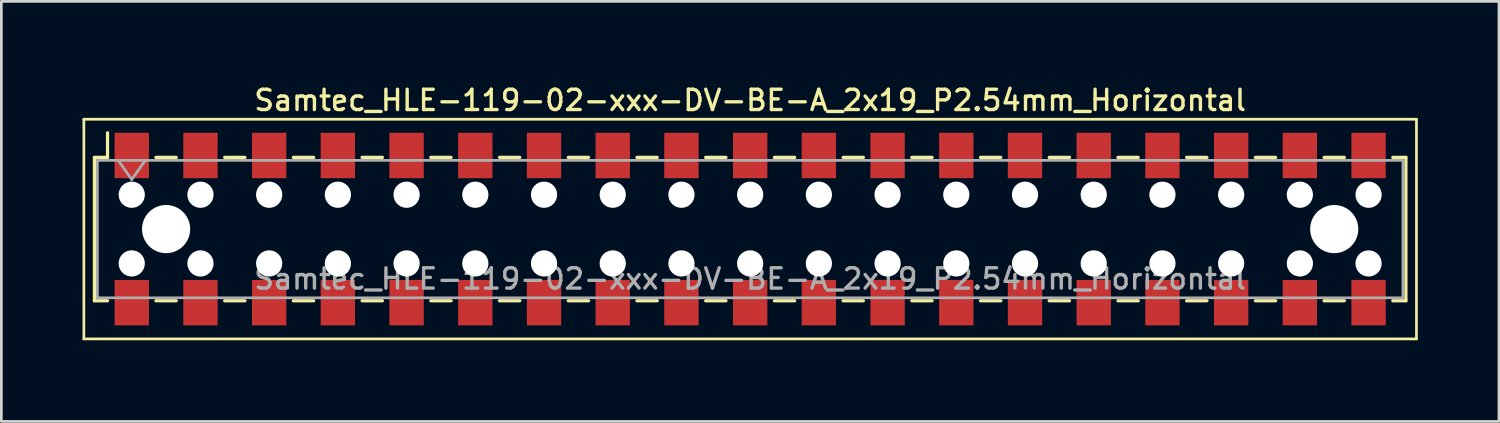
<source format=kicad_pcb>
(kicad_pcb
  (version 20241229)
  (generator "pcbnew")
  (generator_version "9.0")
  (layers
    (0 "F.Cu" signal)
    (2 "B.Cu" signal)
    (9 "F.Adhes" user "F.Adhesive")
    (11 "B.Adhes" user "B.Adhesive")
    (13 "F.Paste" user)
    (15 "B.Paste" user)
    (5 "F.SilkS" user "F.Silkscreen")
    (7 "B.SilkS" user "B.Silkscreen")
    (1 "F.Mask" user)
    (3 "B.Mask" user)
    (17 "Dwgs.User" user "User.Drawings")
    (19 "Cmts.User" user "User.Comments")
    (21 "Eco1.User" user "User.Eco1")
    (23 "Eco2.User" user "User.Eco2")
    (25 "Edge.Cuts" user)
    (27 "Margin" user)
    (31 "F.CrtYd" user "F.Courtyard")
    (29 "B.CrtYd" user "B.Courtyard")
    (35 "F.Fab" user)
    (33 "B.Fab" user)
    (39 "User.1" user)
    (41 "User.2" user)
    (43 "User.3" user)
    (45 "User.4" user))
  (footprint "Samtec_HLE-119-02-xxx-DV-BE-A_2x19_P2.54mm_Horizontal"
    (layer "F.Cu")
    (at 24.68 5.418)
    (property "Reference" "Samtec_HLE-119-02-xxx-DV-BE-A_2x19_P2.54mm_Horizontal" (at 0 -4.76 0) (layer "F.SilkS") (effects (font (size 0.75 0.75) (thickness 0.125))))
    (attr smd)
    (fp_line (start -24.63 -4.06) (end 24.63 -4.06) (stroke (width 0.1) (type solid)) (layer "F.SilkS"))
    (fp_line (start -24.63 4.06) (end -24.63 -4.06) (stroke (width 0.1) (type solid)) (layer "F.SilkS"))
    (fp_line (start -24.24 -2.65) (end -24.24 2.65) (stroke (width 0.12) (type solid)) (layer "F.SilkS"))
    (fp_line (start -24.24 2.65) (end -23.755 2.65) (stroke (width 0.12) (type solid)) (layer "F.SilkS"))
    (fp_line (start -23.755 -3.56) (end -23.755 -2.65) (stroke (width 0.12) (type solid)) (layer "F.SilkS"))
    (fp_line (start -23.755 -2.65) (end -24.24 -2.65) (stroke (width 0.12) (type solid)) (layer "F.SilkS"))
    (fp_line (start -21.965 -2.65) (end -21.215 -2.65) (stroke (width 0.12) (type solid)) (layer "F.SilkS"))
    (fp_line (start -21.965 2.65) (end -21.215 2.65) (stroke (width 0.12) (type solid)) (layer "F.SilkS"))
    (fp_line (start -19.425 -2.65) (end -18.675 -2.65) (stroke (width 0.12) (type solid)) (layer "F.SilkS"))
    (fp_line (start -19.425 2.65) (end -18.675 2.65) (stroke (width 0.12) (type solid)) (layer "F.SilkS"))
    (fp_line (start -16.885 -2.65) (end -16.135 -2.65) (stroke (width 0.12) (type solid)) (layer "F.SilkS"))
    (fp_line (start -16.885 2.65) (end -16.135 2.65) (stroke (width 0.12) (type solid)) (layer "F.SilkS"))
    (fp_line (start -14.345 -2.65) (end -13.595 -2.65) (stroke (width 0.12) (type solid)) (layer "F.SilkS"))
    (fp_line (start -14.345 2.65) (end -13.595 2.65) (stroke (width 0.12) (type solid)) (layer "F.SilkS"))
    (fp_line (start -11.805 -2.65) (end -11.055 -2.65) (stroke (width 0.12) (type solid)) (layer "F.SilkS"))
    (fp_line (start -11.805 2.65) (end -11.055 2.65) (stroke (width 0.12) (type solid)) (layer "F.SilkS"))
    (fp_line (start -9.265 -2.65) (end -8.515 -2.65) (stroke (width 0.12) (type solid)) (layer "F.SilkS"))
    (fp_line (start -9.265 2.65) (end -8.515 2.65) (stroke (width 0.12) (type solid)) (layer "F.SilkS"))
    (fp_line (start -6.725 -2.65) (end -5.975 -2.65) (stroke (width 0.12) (type solid)) (layer "F.SilkS"))
    (fp_line (start -6.725 2.65) (end -5.975 2.65) (stroke (width 0.12) (type solid)) (layer "F.SilkS"))
    (fp_line (start -4.185 -2.65) (end -3.435 -2.65) (stroke (width 0.12) (type solid)) (layer "F.SilkS"))
    (fp_line (start -4.185 2.65) (end -3.435 2.65) (stroke (width 0.12) (type solid)) (layer "F.SilkS"))
    (fp_line (start -1.645 -2.65) (end -0.895 -2.65) (stroke (width 0.12) (type solid)) (layer "F.SilkS"))
    (fp_line (start -1.645 2.65) (end -0.895 2.65) (stroke (width 0.12) (type solid)) (layer "F.SilkS"))
    (fp_line (start 0.895 -2.65) (end 1.645 -2.65) (stroke (width 0.12) (type solid)) (layer "F.SilkS"))
    (fp_line (start 0.895 2.65) (end 1.645 2.65) (stroke (width 0.12) (type solid)) (layer "F.SilkS"))
    (fp_line (start 3.435 -2.65) (end 4.185 -2.65) (stroke (width 0.12) (type solid)) (layer "F.SilkS"))
    (fp_line (start 3.435 2.65) (end 4.185 2.65) (stroke (width 0.12) (type solid)) (layer "F.SilkS"))
    (fp_line (start 5.975 -2.65) (end 6.725 -2.65) (stroke (width 0.12) (type solid)) (layer "F.SilkS"))
    (fp_line (start 5.975 2.65) (end 6.725 2.65) (stroke (width 0.12) (type solid)) (layer "F.SilkS"))
    (fp_line (start 8.515 -2.65) (end 9.265 -2.65) (stroke (width 0.12) (type solid)) (layer "F.SilkS"))
    (fp_line (start 8.515 2.65) (end 9.265 2.65) (stroke (width 0.12) (type solid)) (layer "F.SilkS"))
    (fp_line (start 11.055 -2.65) (end 11.805 -2.65) (stroke (width 0.12) (type solid)) (layer "F.SilkS"))
    (fp_line (start 11.055 2.65) (end 11.805 2.65) (stroke (width 0.12) (type solid)) (layer "F.SilkS"))
    (fp_line (start 13.595 -2.65) (end 14.345 -2.65) (stroke (width 0.12) (type solid)) (layer "F.SilkS"))
    (fp_line (start 13.595 2.65) (end 14.345 2.65) (stroke (width 0.12) (type solid)) (layer "F.SilkS"))
    (fp_line (start 16.135 -2.65) (end 16.885 -2.65) (stroke (width 0.12) (type solid)) (layer "F.SilkS"))
    (fp_line (start 16.135 2.65) (end 16.885 2.65) (stroke (width 0.12) (type solid)) (layer "F.SilkS"))
    (fp_line (start 18.675 -2.65) (end 19.425 -2.65) (stroke (width 0.12) (type solid)) (layer "F.SilkS"))
    (fp_line (start 18.675 2.65) (end 19.425 2.65) (stroke (width 0.12) (type solid)) (layer "F.SilkS"))
    (fp_line (start 21.215 -2.65) (end 21.965 -2.65) (stroke (width 0.12) (type solid)) (layer "F.SilkS"))
    (fp_line (start 21.215 2.65) (end 21.965 2.65) (stroke (width 0.12) (type solid)) (layer "F.SilkS"))
    (fp_line (start 23.755 -2.65) (end 24.24 -2.65) (stroke (width 0.12) (type solid)) (layer "F.SilkS"))
    (fp_line (start 24.24 -2.65) (end 24.24 2.65) (stroke (width 0.12) (type solid)) (layer "F.SilkS"))
    (fp_line (start 24.24 2.65) (end 23.755 2.65) (stroke (width 0.12) (type solid)) (layer "F.SilkS"))
    (fp_line (start 24.63 -4.06) (end 24.63 4.06) (stroke (width 0.1) (type solid)) (layer "F.SilkS"))
    (fp_line (start 24.63 4.06) (end -24.63 4.06) (stroke (width 0.1) (type solid)) (layer "F.SilkS"))
    (fp_line (start -24.13 -2.54) (end 24.13 -2.54) (stroke (width 0.1) (type solid)) (layer "F.Fab"))
    (fp_line (start -24.13 2.54) (end -24.13 -2.54) (stroke (width 0.1) (type solid)) (layer "F.Fab"))
    (fp_line (start -23.36 -2.54) (end -22.86 -1.833) (stroke (width 0.1) (type solid)) (layer "F.Fab"))
    (fp_line (start -22.86 -1.833) (end -22.36 -2.54) (stroke (width 0.1) (type solid)) (layer "F.Fab"))
    (fp_line (start 24.13 -2.54) (end 24.13 2.54) (stroke (width 0.1) (type solid)) (layer "F.Fab"))
    (fp_line (start 24.13 2.54) (end -24.13 2.54) (stroke (width 0.1) (type solid)) (layer "F.Fab"))
    (fp_text user "${REFERENCE}" (at 0 1.84 0) (layer "F.Fab") (effects (font (size 0.75 0.75) (thickness 0.125))))
    (pad "" np_thru_hole circle (at -22.86 -1.27) (size 0.97 0.97) (drill 0.97) (layers "*.Cu" "*.Mask"))
    (pad "" np_thru_hole circle (at -22.86 1.27) (size 0.97 0.97) (drill 0.97) (layers "*.Cu" "*.Mask"))
    (pad "" np_thru_hole circle (at -21.59 0) (size 1.78 1.78) (drill 1.78) (layers "*.Cu" "*.Mask"))
    (pad "" np_thru_hole circle (at -20.32 -1.27) (size 0.97 0.97) (drill 0.97) (layers "*.Cu" "*.Mask"))
    (pad "" np_thru_hole circle (at -20.32 1.27) (size 0.97 0.97) (drill 0.97) (layers "*.Cu" "*.Mask"))
    (pad "" np_thru_hole circle (at -17.78 -1.27) (size 0.97 0.97) (drill 0.97) (layers "*.Cu" "*.Mask"))
    (pad "" np_thru_hole circle (at -17.78 1.27) (size 0.97 0.97) (drill 0.97) (layers "*.Cu" "*.Mask"))
    (pad "" np_thru_hole circle (at -15.24 -1.27) (size 0.97 0.97) (drill 0.97) (layers "*.Cu" "*.Mask"))
    (pad "" np_thru_hole circle (at -15.24 1.27) (size 0.97 0.97) (drill 0.97) (layers "*.Cu" "*.Mask"))
    (pad "" np_thru_hole circle (at -12.7 -1.27) (size 0.97 0.97) (drill 0.97) (layers "*.Cu" "*.Mask"))
    (pad "" np_thru_hole circle (at -12.7 1.27) (size 0.97 0.97) (drill 0.97) (layers "*.Cu" "*.Mask"))
    (pad "" np_thru_hole circle (at -10.16 -1.27) (size 0.97 0.97) (drill 0.97) (layers "*.Cu" "*.Mask"))
    (pad "" np_thru_hole circle (at -10.16 1.27) (size 0.97 0.97) (drill 0.97) (layers "*.Cu" "*.Mask"))
    (pad "" np_thru_hole circle (at -7.62 -1.27) (size 0.97 0.97) (drill 0.97) (layers "*.Cu" "*.Mask"))
    (pad "" np_thru_hole circle (at -7.62 1.27) (size 0.97 0.97) (drill 0.97) (layers "*.Cu" "*.Mask"))
    (pad "" np_thru_hole circle (at -5.08 -1.27) (size 0.97 0.97) (drill 0.97) (layers "*.Cu" "*.Mask"))
    (pad "" np_thru_hole circle (at -5.08 1.27) (size 0.97 0.97) (drill 0.97) (layers "*.Cu" "*.Mask"))
    (pad "" np_thru_hole circle (at -2.54 -1.27) (size 0.97 0.97) (drill 0.97) (layers "*.Cu" "*.Mask"))
    (pad "" np_thru_hole circle (at -2.54 1.27) (size 0.97 0.97) (drill 0.97) (layers "*.Cu" "*.Mask"))
    (pad "" np_thru_hole circle (at 0 -1.27) (size 0.97 0.97) (drill 0.97) (layers "*.Cu" "*.Mask"))
    (pad "" np_thru_hole circle (at 0 1.27) (size 0.97 0.97) (drill 0.97) (layers "*.Cu" "*.Mask"))
    (pad "" np_thru_hole circle (at 2.54 -1.27) (size 0.97 0.97) (drill 0.97) (layers "*.Cu" "*.Mask"))
    (pad "" np_thru_hole circle (at 2.54 1.27) (size 0.97 0.97) (drill 0.97) (layers "*.Cu" "*.Mask"))
    (pad "" np_thru_hole circle (at 5.08 -1.27) (size 0.97 0.97) (drill 0.97) (layers "*.Cu" "*.Mask"))
    (pad "" np_thru_hole circle (at 5.08 1.27) (size 0.97 0.97) (drill 0.97) (layers "*.Cu" "*.Mask"))
    (pad "" np_thru_hole circle (at 7.62 -1.27) (size 0.97 0.97) (drill 0.97) (layers "*.Cu" "*.Mask"))
    (pad "" np_thru_hole circle (at 7.62 1.27) (size 0.97 0.97) (drill 0.97) (layers "*.Cu" "*.Mask"))
    (pad "" np_thru_hole circle (at 10.16 -1.27) (size 0.97 0.97) (drill 0.97) (layers "*.Cu" "*.Mask"))
    (pad "" np_thru_hole circle (at 10.16 1.27) (size 0.97 0.97) (drill 0.97) (layers "*.Cu" "*.Mask"))
    (pad "" np_thru_hole circle (at 12.7 -1.27) (size 0.97 0.97) (drill 0.97) (layers "*.Cu" "*.Mask"))
    (pad "" np_thru_hole circle (at 12.7 1.27) (size 0.97 0.97) (drill 0.97) (layers "*.Cu" "*.Mask"))
    (pad "" np_thru_hole circle (at 15.24 -1.27) (size 0.97 0.97) (drill 0.97) (layers "*.Cu" "*.Mask"))
    (pad "" np_thru_hole circle (at 15.24 1.27) (size 0.97 0.97) (drill 0.97) (layers "*.Cu" "*.Mask"))
    (pad "" np_thru_hole circle (at 17.78 -1.27) (size 0.97 0.97) (drill 0.97) (layers "*.Cu" "*.Mask"))
    (pad "" np_thru_hole circle (at 17.78 1.27) (size 0.97 0.97) (drill 0.97) (layers "*.Cu" "*.Mask"))
    (pad "" np_thru_hole circle (at 20.32 -1.27) (size 0.97 0.97) (drill 0.97) (layers "*.Cu" "*.Mask"))
    (pad "" np_thru_hole circle (at 20.32 1.27) (size 0.97 0.97) (drill 0.97) (layers "*.Cu" "*.Mask"))
    (pad "" np_thru_hole circle (at 21.59 0) (size 1.78 1.78) (drill 1.78) (layers "*.Cu" "*.Mask"))
    (pad "" np_thru_hole circle (at 22.86 -1.27) (size 0.97 0.97) (drill 0.97) (layers "*.Cu" "*.Mask"))
    (pad "" np_thru_hole circle (at 22.86 1.27) (size 0.97 0.97) (drill 0.97) (layers "*.Cu" "*.Mask"))
    (pad "1" smd rect (at -22.86 -2.72) (size 1.27 1.68) (layers "F.Cu" "F.Mask" "F.Paste"))
    (pad "2" smd rect (at -22.86 2.72) (size 1.27 1.68) (layers "F.Cu" "F.Mask" "F.Paste"))
    (pad "3" smd rect (at -20.32 -2.72) (size 1.27 1.68) (layers "F.Cu" "F.Mask" "F.Paste"))
    (pad "4" smd rect (at -20.32 2.72) (size 1.27 1.68) (layers "F.Cu" "F.Mask" "F.Paste"))
    (pad "5" smd rect (at -17.78 -2.72) (size 1.27 1.68) (layers "F.Cu" "F.Mask" "F.Paste"))
    (pad "6" smd rect (at -17.78 2.72) (size 1.27 1.68) (layers "F.Cu" "F.Mask" "F.Paste"))
    (pad "7" smd rect (at -15.24 -2.72) (size 1.27 1.68) (layers "F.Cu" "F.Mask" "F.Paste"))
    (pad "8" smd rect (at -15.24 2.72) (size 1.27 1.68) (layers "F.Cu" "F.Mask" "F.Paste"))
    (pad "9" smd rect (at -12.7 -2.72) (size 1.27 1.68) (layers "F.Cu" "F.Mask" "F.Paste"))
    (pad "10" smd rect (at -12.7 2.72) (size 1.27 1.68) (layers "F.Cu" "F.Mask" "F.Paste"))
    (pad "11" smd rect (at -10.16 -2.72) (size 1.27 1.68) (layers "F.Cu" "F.Mask" "F.Paste"))
    (pad "12" smd rect (at -10.16 2.72) (size 1.27 1.68) (layers "F.Cu" "F.Mask" "F.Paste"))
    (pad "13" smd rect (at -7.62 -2.72) (size 1.27 1.68) (layers "F.Cu" "F.Mask" "F.Paste"))
    (pad "14" smd rect (at -7.62 2.72) (size 1.27 1.68) (layers "F.Cu" "F.Mask" "F.Paste"))
    (pad "15" smd rect (at -5.08 -2.72) (size 1.27 1.68) (layers "F.Cu" "F.Mask" "F.Paste"))
    (pad "16" smd rect (at -5.08 2.72) (size 1.27 1.68) (layers "F.Cu" "F.Mask" "F.Paste"))
    (pad "17" smd rect (at -2.54 -2.72) (size 1.27 1.68) (layers "F.Cu" "F.Mask" "F.Paste"))
    (pad "18" smd rect (at -2.54 2.72) (size 1.27 1.68) (layers "F.Cu" "F.Mask" "F.Paste"))
    (pad "19" smd rect (at 0 -2.72) (size 1.27 1.68) (layers "F.Cu" "F.Mask" "F.Paste"))
    (pad "20" smd rect (at 0 2.72) (size 1.27 1.68) (layers "F.Cu" "F.Mask" "F.Paste"))
    (pad "21" smd rect (at 2.54 -2.72) (size 1.27 1.68) (layers "F.Cu" "F.Mask" "F.Paste"))
    (pad "22" smd rect (at 2.54 2.72) (size 1.27 1.68) (layers "F.Cu" "F.Mask" "F.Paste"))
    (pad "23" smd rect (at 5.08 -2.72) (size 1.27 1.68) (layers "F.Cu" "F.Mask" "F.Paste"))
    (pad "24" smd rect (at 5.08 2.72) (size 1.27 1.68) (layers "F.Cu" "F.Mask" "F.Paste"))
    (pad "25" smd rect (at 7.62 -2.72) (size 1.27 1.68) (layers "F.Cu" "F.Mask" "F.Paste"))
    (pad "26" smd rect (at 7.62 2.72) (size 1.27 1.68) (layers "F.Cu" "F.Mask" "F.Paste"))
    (pad "27" smd rect (at 10.16 -2.72) (size 1.27 1.68) (layers "F.Cu" "F.Mask" "F.Paste"))
    (pad "28" smd rect (at 10.16 2.72) (size 1.27 1.68) (layers "F.Cu" "F.Mask" "F.Paste"))
    (pad "29" smd rect (at 12.7 -2.72) (size 1.27 1.68) (layers "F.Cu" "F.Mask" "F.Paste"))
    (pad "30" smd rect (at 12.7 2.72) (size 1.27 1.68) (layers "F.Cu" "F.Mask" "F.Paste"))
    (pad "31" smd rect (at 15.24 -2.72) (size 1.27 1.68) (layers "F.Cu" "F.Mask" "F.Paste"))
    (pad "32" smd rect (at 15.24 2.72) (size 1.27 1.68) (layers "F.Cu" "F.Mask" "F.Paste"))
    (pad "33" smd rect (at 17.78 -2.72) (size 1.27 1.68) (layers "F.Cu" "F.Mask" "F.Paste"))
    (pad "34" smd rect (at 17.78 2.72) (size 1.27 1.68) (layers "F.Cu" "F.Mask" "F.Paste"))
    (pad "35" smd rect (at 20.32 -2.72) (size 1.27 1.68) (layers "F.Cu" "F.Mask" "F.Paste"))
    (pad "36" smd rect (at 20.32 2.72) (size 1.27 1.68) (layers "F.Cu" "F.Mask" "F.Paste"))
    (pad "37" smd rect (at 22.86 -2.72) (size 1.27 1.68) (layers "F.Cu" "F.Mask" "F.Paste"))
    (pad "38" smd rect (at 22.86 2.72) (size 1.27 1.68) (layers "F.Cu" "F.Mask" "F.Paste")))
  (gr_rect
    (start -3 -3)
    (end 52.36 12.528)
    (stroke (width 0.1) (type default))
    (fill no)
    (layer "Edge.Cuts")))
</source>
